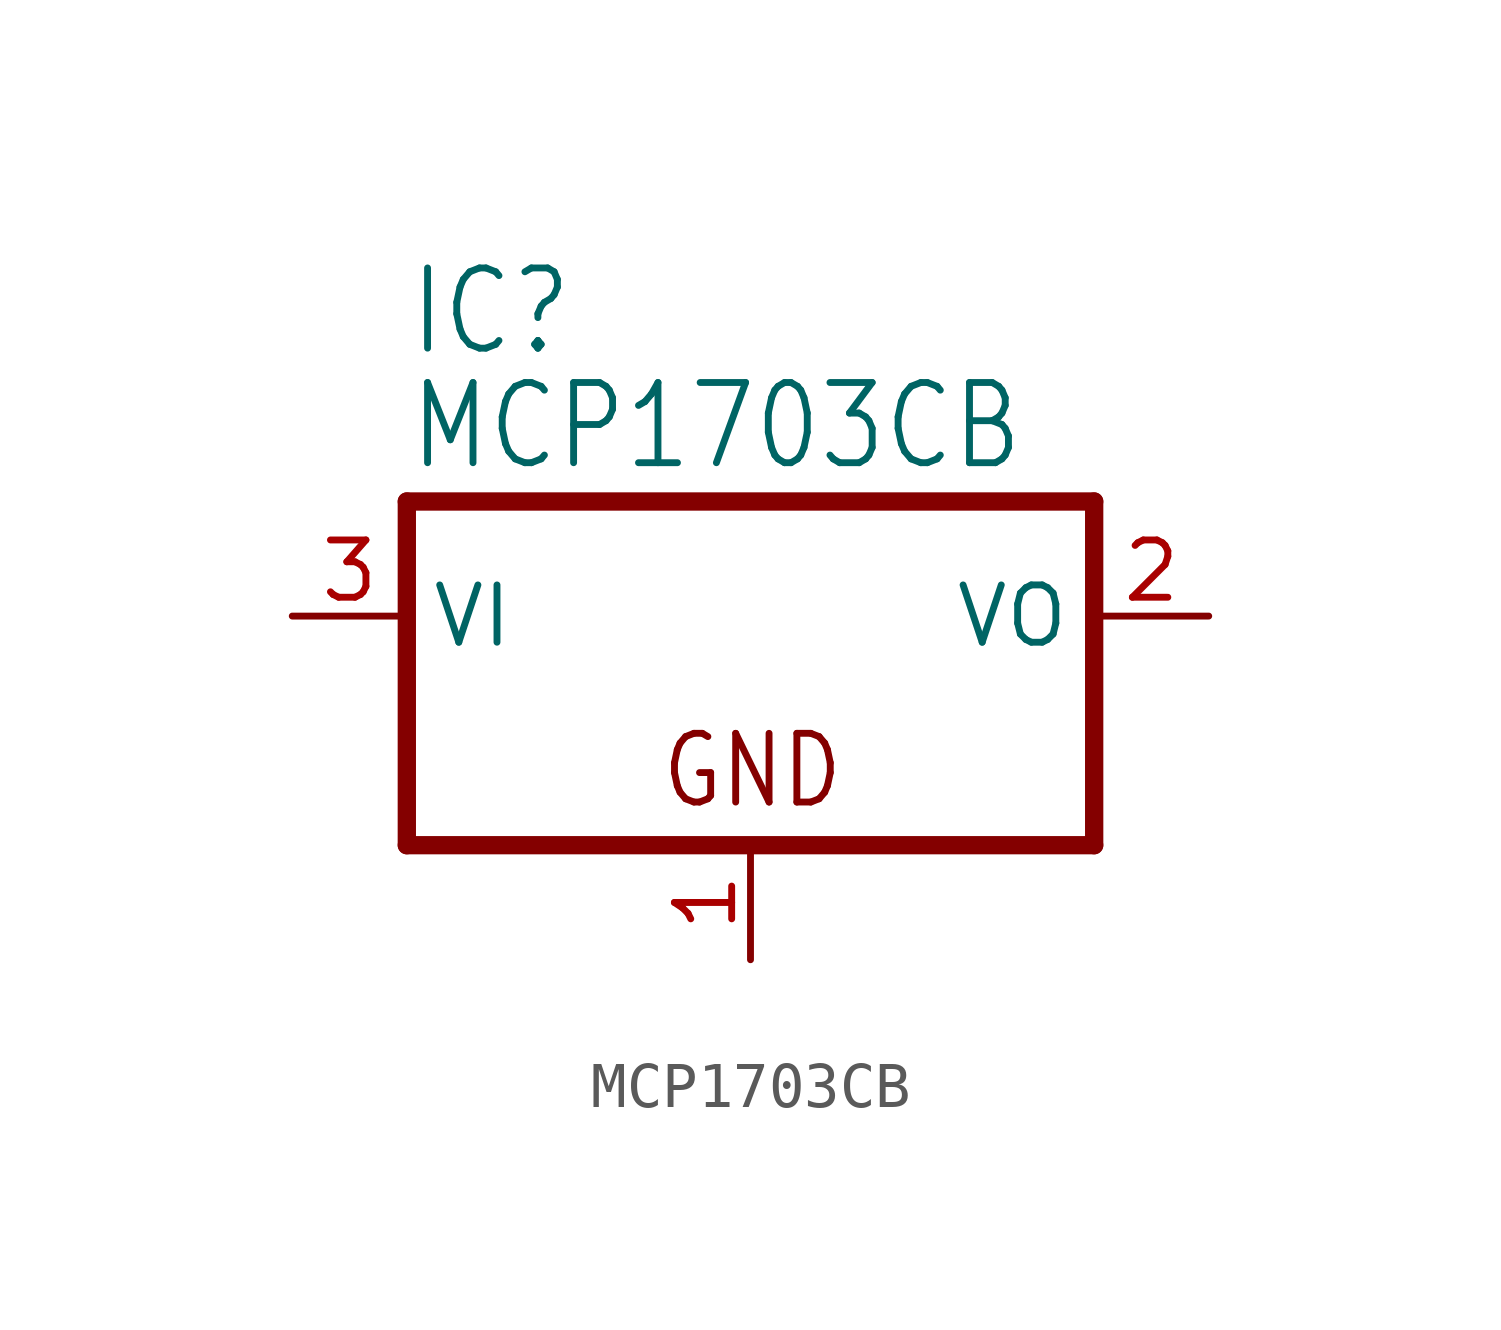
<source format=kicad_sym>
(kicad_symbol_lib
  (version 20211014)
  (generator kicad_symbol_editor)
  (symbol "MCP1703CB"
    (property "Reference" "IC"
      (at -7.62 5.715 0)
      (effects (font (size 1.778 1.511)) (justify left bottom)))
    (property "Value" "MCP1703CB"
      (at -7.62 3.175 0)
      (effects (font (size 1.778 1.511)) (justify left bottom)))
    (property "ki_locked" ""
      (at 0 0 0)
      (effects (font (size 1.27 1.27))))
    (symbol "MCP1703CB_1_0"
      (polyline (pts (xy -7.62 -5.08) (xy 7.62 -5.08)) (stroke (width 0.406) (type default) (color 0 0 0 0)) (fill (type none)))
      (polyline (pts (xy -7.62 2.54) (xy -7.62 -5.08)) (stroke (width 0.406) (type default) (color 0 0 0 0)) (fill (type none)))
      (polyline (pts (xy 7.62 -5.08) (xy 7.62 2.54)) (stroke (width 0.406) (type default) (color 0 0 0 0)) (fill (type none)))
      (polyline (pts (xy 7.62 2.54) (xy -7.62 2.54)) (stroke (width 0.406) (type default) (color 0 0 0 0)) (fill (type none)))
      (text "GND" (at -2.032 -4.318 0) (effects (font (size 1.524 1.295)) (justify left bottom)))
      (pin power_in line (at 0 -7.62 90) (length 2.54) (name "GND" (effects (font (size 0 0)))) (number "1" (effects (font (size 1.27 1.27)))))
      (pin power_out line (at 10.16 0 180) (length 2.54) (name "VO" (effects (font (size 1.27 1.27)))) (number "2" (effects (font (size 1.27 1.27)))))
      (pin power_in line (at -10.16 0 0) (length 2.54) (name "VI" (effects (font (size 1.27 1.27)))) (number "3" (effects (font (size 1.27 1.27))))))))
</source>
